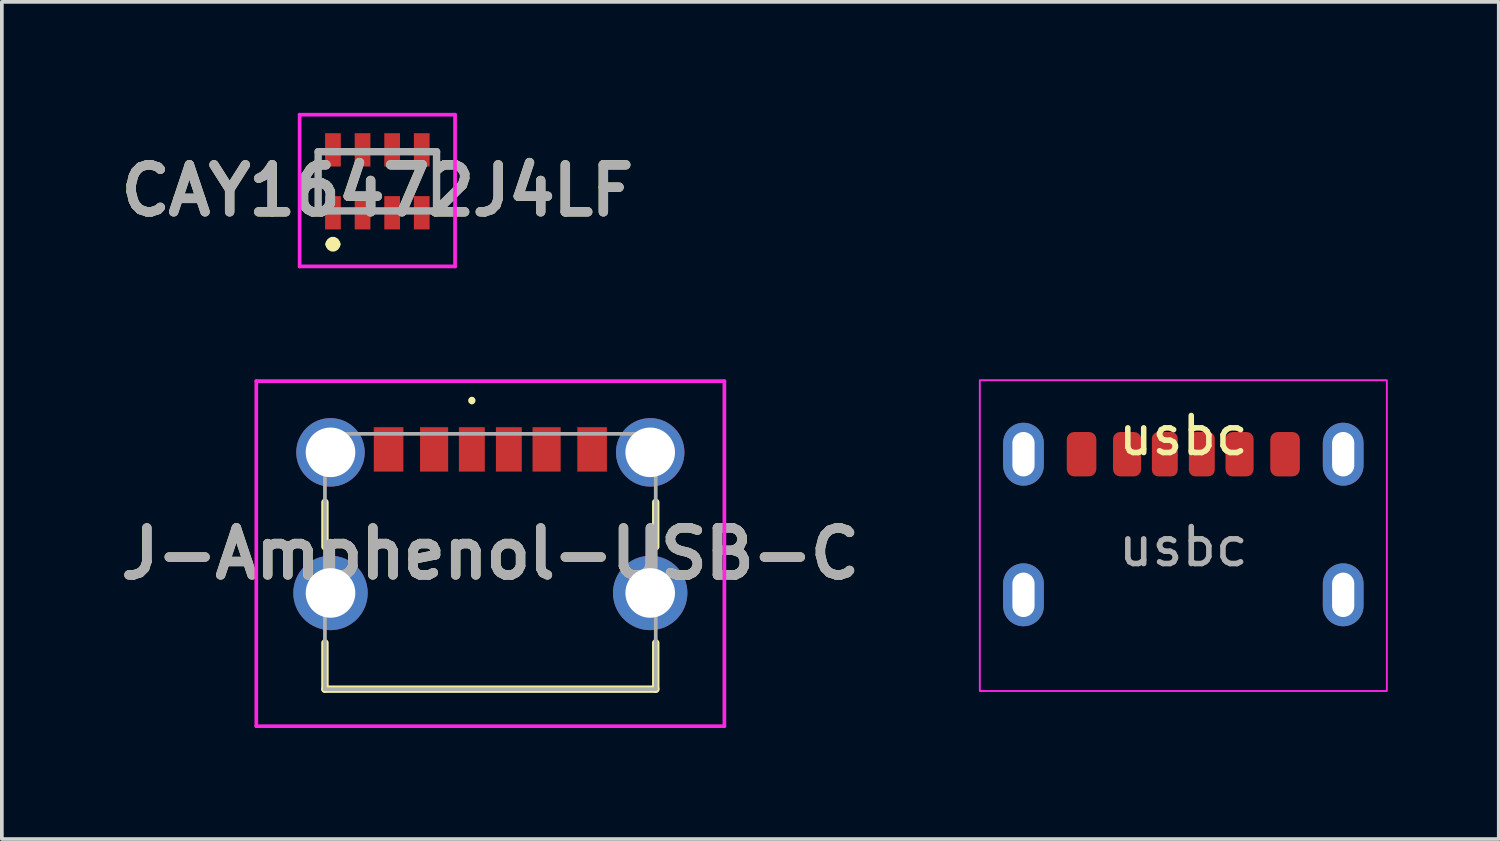
<source format=kicad_pcb>
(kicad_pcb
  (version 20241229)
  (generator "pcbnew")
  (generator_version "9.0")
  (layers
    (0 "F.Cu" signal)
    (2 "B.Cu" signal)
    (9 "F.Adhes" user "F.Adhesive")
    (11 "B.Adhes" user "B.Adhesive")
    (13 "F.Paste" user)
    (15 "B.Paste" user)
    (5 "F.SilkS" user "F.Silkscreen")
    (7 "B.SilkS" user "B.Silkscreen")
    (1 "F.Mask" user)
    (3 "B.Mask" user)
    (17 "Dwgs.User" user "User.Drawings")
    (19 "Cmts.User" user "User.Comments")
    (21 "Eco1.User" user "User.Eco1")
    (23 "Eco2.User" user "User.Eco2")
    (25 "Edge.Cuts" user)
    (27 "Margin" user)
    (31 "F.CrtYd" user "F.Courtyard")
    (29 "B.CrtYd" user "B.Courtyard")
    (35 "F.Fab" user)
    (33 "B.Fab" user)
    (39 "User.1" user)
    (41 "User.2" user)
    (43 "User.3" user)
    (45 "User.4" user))
  (footprint "CAY16472J4LF"
    (layer "F.Cu")
    (at 7.148 1.85)
    (property "Reference" "CAY16472J4LF" (at 0 0.25 0) (layer "F.SilkS") (effects (font (size 1.27 1.27) (thickness 0.254))))
    (attr smd)
    (fp_line (start -1.6 -0.3) (end -1.6 0.3) (stroke (width 0.1) (type solid)) (layer "F.SilkS"))
    (fp_line (start -1.3 1.7) (end -1.3 1.7) (stroke (width 0.2) (type solid)) (layer "F.SilkS"))
    (fp_line (start -1.1 1.7) (end -1.1 1.7) (stroke (width 0.2) (type solid)) (layer "F.SilkS"))
    (fp_line (start 1.6 -0.3) (end 1.6 0.3) (stroke (width 0.1) (type solid)) (layer "F.SilkS"))
    (fp_arc (start -1.3 1.7) (mid -1.2 1.6) (end -1.1 1.7) (stroke (width 0.2) (type solid)) (layer "F.SilkS"))
    (fp_arc (start -1.1 1.7) (mid -1.2 1.8) (end -1.3 1.7) (stroke (width 0.2) (type solid)) (layer "F.SilkS"))
    (fp_line (start -2.1 -1.8) (end 2.1 -1.8) (stroke (width 0.1) (type solid)) (layer "F.CrtYd"))
    (fp_line (start -2.1 2.3) (end -2.1 -1.8) (stroke (width 0.1) (type solid)) (layer "F.CrtYd"))
    (fp_line (start 2.1 -1.8) (end 2.1 2.3) (stroke (width 0.1) (type solid)) (layer "F.CrtYd"))
    (fp_line (start 2.1 2.3) (end -2.1 2.3) (stroke (width 0.1) (type solid)) (layer "F.CrtYd"))
    (fp_line (start -1.6 -0.8) (end 1.6 -0.8) (stroke (width 0.2) (type solid)) (layer "F.Fab"))
    (fp_line (start -1.6 0.8) (end -1.6 -0.8) (stroke (width 0.2) (type solid)) (layer "F.Fab"))
    (fp_line (start 1.6 -0.8) (end 1.6 0.8) (stroke (width 0.2) (type solid)) (layer "F.Fab"))
    (fp_line (start 1.6 0.8) (end -1.6 0.8) (stroke (width 0.2) (type solid)) (layer "F.Fab"))
    (fp_text user "${REFERENCE}" (at 0 0.25 0) (layer "F.Fab") (effects (font (size 1.27 1.27) (thickness 0.254))))
    (pad "1" smd rect (at -1.2 0.85) (size 0.425 0.9) (layers "F.Cu" "F.Mask" "F.Paste"))
    (pad "2" smd rect (at -0.4 0.85) (size 0.425 0.9) (layers "F.Cu" "F.Mask" "F.Paste"))
    (pad "3" smd rect (at 0.4 0.85) (size 0.425 0.9) (layers "F.Cu" "F.Mask" "F.Paste"))
    (pad "4" smd rect (at 1.2 0.85) (size 0.425 0.9) (layers "F.Cu" "F.Mask" "F.Paste"))
    (pad "5" smd rect (at 1.2 -0.85) (size 0.425 0.9) (layers "F.Cu" "F.Mask" "F.Paste"))
    (pad "6" smd rect (at 0.4 -0.85) (size 0.425 0.9) (layers "F.Cu" "F.Mask" "F.Paste"))
    (pad "7" smd rect (at -0.4 -0.85) (size 0.425 0.9) (layers "F.Cu" "F.Mask" "F.Paste"))
    (pad "8" smd rect (at -1.2 -0.85) (size 0.425 0.9) (layers "F.Cu" "F.Mask" "F.Paste")))
  (footprint "usbc"
    (layer "F.Cu")
    (at 28.93 9.225)
    (property "Reference" "usbc" (at 0 -0.5 0) (unlocked yes) (layer "F.SilkS") (effects (font (size 1 1) (thickness 0.15))))
    (attr smd)
    (fp_rect (start -5.5 -2) (end 5.5 6.4) (stroke (width 0.05) (type default)) (fill no) (layer "F.CrtYd"))
    (fp_text user "${REFERENCE}" (at 0 2.5 0) (unlocked yes) (layer "F.Fab") (effects (font (size 1 1) (thickness 0.15))))
    (pad "A5" smd roundrect (at -0.5 0) (size 0.7 1.2) (layers "F.Cu" "F.Mask" "F.Paste") (roundrect_rratio 0.25))
    (pad "A9" smd roundrect (at 1.52 0) (size 0.76 1.2) (layers "F.Cu" "F.Mask" "F.Paste") (roundrect_rratio 0.25))
    (pad "A12" smd roundrect (at 2.75 0) (size 0.8 1.2) (layers "F.Cu" "F.Mask" "F.Paste") (roundrect_rratio 0.25))
    (pad "B5" smd roundrect (at 0.5 0) (size 0.7 1.2) (layers "F.Cu" "F.Mask" "F.Paste") (roundrect_rratio 0.25))
    (pad "B9" smd roundrect (at -1.52 0) (size 0.76 1.2) (layers "F.Cu" "F.Mask" "F.Paste") (roundrect_rratio 0.25))
    (pad "B12" smd roundrect (at -2.75 0) (size 0.8 1.2) (layers "F.Cu" "F.Mask" "F.Paste") (roundrect_rratio 0.25))
    (pad "S1" thru_hole oval (at -4.32 0) (size 1.1 1.7) (drill oval 0.6 1.2) (layers "*.Cu" "*.Mask"))
    (pad "S2" thru_hole oval (at 4.32 0) (size 1.1 1.7) (drill oval 0.6 1.2) (layers "*.Cu" "*.Mask"))
    (pad "S3" thru_hole oval (at -4.32 3.8) (size 1.1 1.7) (drill oval 0.6 1.2) (layers "*.Cu" "*.Mask"))
    (pad "S4" thru_hole oval (at 4.32 3.8) (size 1.1 1.7) (drill oval 0.6 1.2) (layers "*.Cu" "*.Mask")))
  (footprint "J-Amphenol-USB-C"
    (layer "F.Cu")
    (at 10.202 12.125)
    (property "Reference" "J-Amphenol-USB-C" (at 0 -0.212 0) (layer "F.SilkS") (effects (font (size 1.27 1.27) (thickness 0.254))))
    (attr through_hole)
    (fp_line (start -4.47 -1.6) (end -4.47 -0.4) (stroke (width 0.2) (type solid)) (layer "F.SilkS"))
    (fp_line (start -4.47 2.2) (end -4.47 3.45) (stroke (width 0.2) (type solid)) (layer "F.SilkS"))
    (fp_line (start -4.47 3.45) (end 4.47 3.45) (stroke (width 0.2) (type solid)) (layer "F.SilkS"))
    (fp_line (start -0.5 -4.4) (end -0.5 -4.4) (stroke (width 0.1) (type solid)) (layer "F.SilkS"))
    (fp_line (start -0.5 -4.3) (end -0.5 -4.3) (stroke (width 0.1) (type solid)) (layer "F.SilkS"))
    (fp_line (start 4.47 -1.6) (end 4.47 -0.4) (stroke (width 0.2) (type solid)) (layer "F.SilkS"))
    (fp_line (start 4.47 3.45) (end 4.47 2.2) (stroke (width 0.2) (type solid)) (layer "F.SilkS"))
    (fp_arc (start -0.5 -4.4) (mid -0.45 -4.35) (end -0.5 -4.3) (stroke (width 0.1) (type solid)) (layer "F.SilkS"))
    (fp_arc (start -0.5 -4.3) (mid -0.55 -4.35) (end -0.5 -4.4) (stroke (width 0.1) (type solid)) (layer "F.SilkS"))
    (fp_line (start -6.325 -4.875) (end 6.325 -4.875) (stroke (width 0.1) (type solid)) (layer "F.CrtYd"))
    (fp_line (start -6.325 4.45) (end -6.325 -4.875) (stroke (width 0.1) (type solid)) (layer "F.CrtYd"))
    (fp_line (start 6.325 -4.875) (end 6.325 4.45) (stroke (width 0.1) (type solid)) (layer "F.CrtYd"))
    (fp_line (start 6.325 4.45) (end -6.325 4.45) (stroke (width 0.1) (type solid)) (layer "F.CrtYd"))
    (fp_line (start -4.47 -3.45) (end -4.47 3.45) (stroke (width 0.1) (type solid)) (layer "F.Fab"))
    (fp_line (start -4.47 3.45) (end 4.47 3.45) (stroke (width 0.1) (type solid)) (layer "F.Fab"))
    (fp_line (start 4.47 -3.45) (end -4.47 -3.45) (stroke (width 0.1) (type solid)) (layer "F.Fab"))
    (fp_line (start 4.47 3.45) (end 4.47 -3.45) (stroke (width 0.1) (type solid)) (layer "F.Fab"))
    (fp_text user "${REFERENCE}" (at 0 -0.212 0) (layer "F.Fab") (effects (font (size 1.27 1.27) (thickness 0.254))))
    (pad "A5" smd rect (at -0.5 -3.03) (size 0.7 1.2) (layers "F.Cu" "F.Mask" "F.Paste"))
    (pad "A9" smd rect (at 1.52 -3.03) (size 0.76 1.2) (layers "F.Cu" "F.Mask" "F.Paste"))
    (pad "A12" smd rect (at 2.75 -3.03) (size 0.8 1.2) (layers "F.Cu" "F.Mask" "F.Paste"))
    (pad "B5" smd rect (at 0.5 -3.03) (size 0.7 1.2) (layers "F.Cu" "F.Mask" "F.Paste"))
    (pad "B9" smd rect (at -1.52 -3.03) (size 0.76 1.2) (layers "F.Cu" "F.Mask" "F.Paste"))
    (pad "B12" smd rect (at -2.75 -3.03) (size 0.8 1.2) (layers "F.Cu" "F.Mask" "F.Paste"))
    (pad "MH1" thru_hole circle (at -4.32 -2.95) (size 1.85 1.85) (drill 1.34) (layers "*.Cu" "*.Mask"))
    (pad "MH2" thru_hole circle (at 4.32 -2.95) (size 1.85 1.85) (drill 1.34) (layers "*.Cu" "*.Mask"))
    (pad "MH3" thru_hole circle (at -4.32 0.85) (size 2.01 2.01) (drill 1.34) (layers "*.Cu" "*.Mask"))
    (pad "MH4" thru_hole circle (at 4.32 0.85) (size 2.01 2.01) (drill 1.34) (layers "*.Cu" "*.Mask")))
  (gr_rect
    (start -3 -3)
    (end 37.455 19.625)
    (stroke (width 0.1) (type default))
    (fill no)
    (layer "Edge.Cuts")))
</source>
